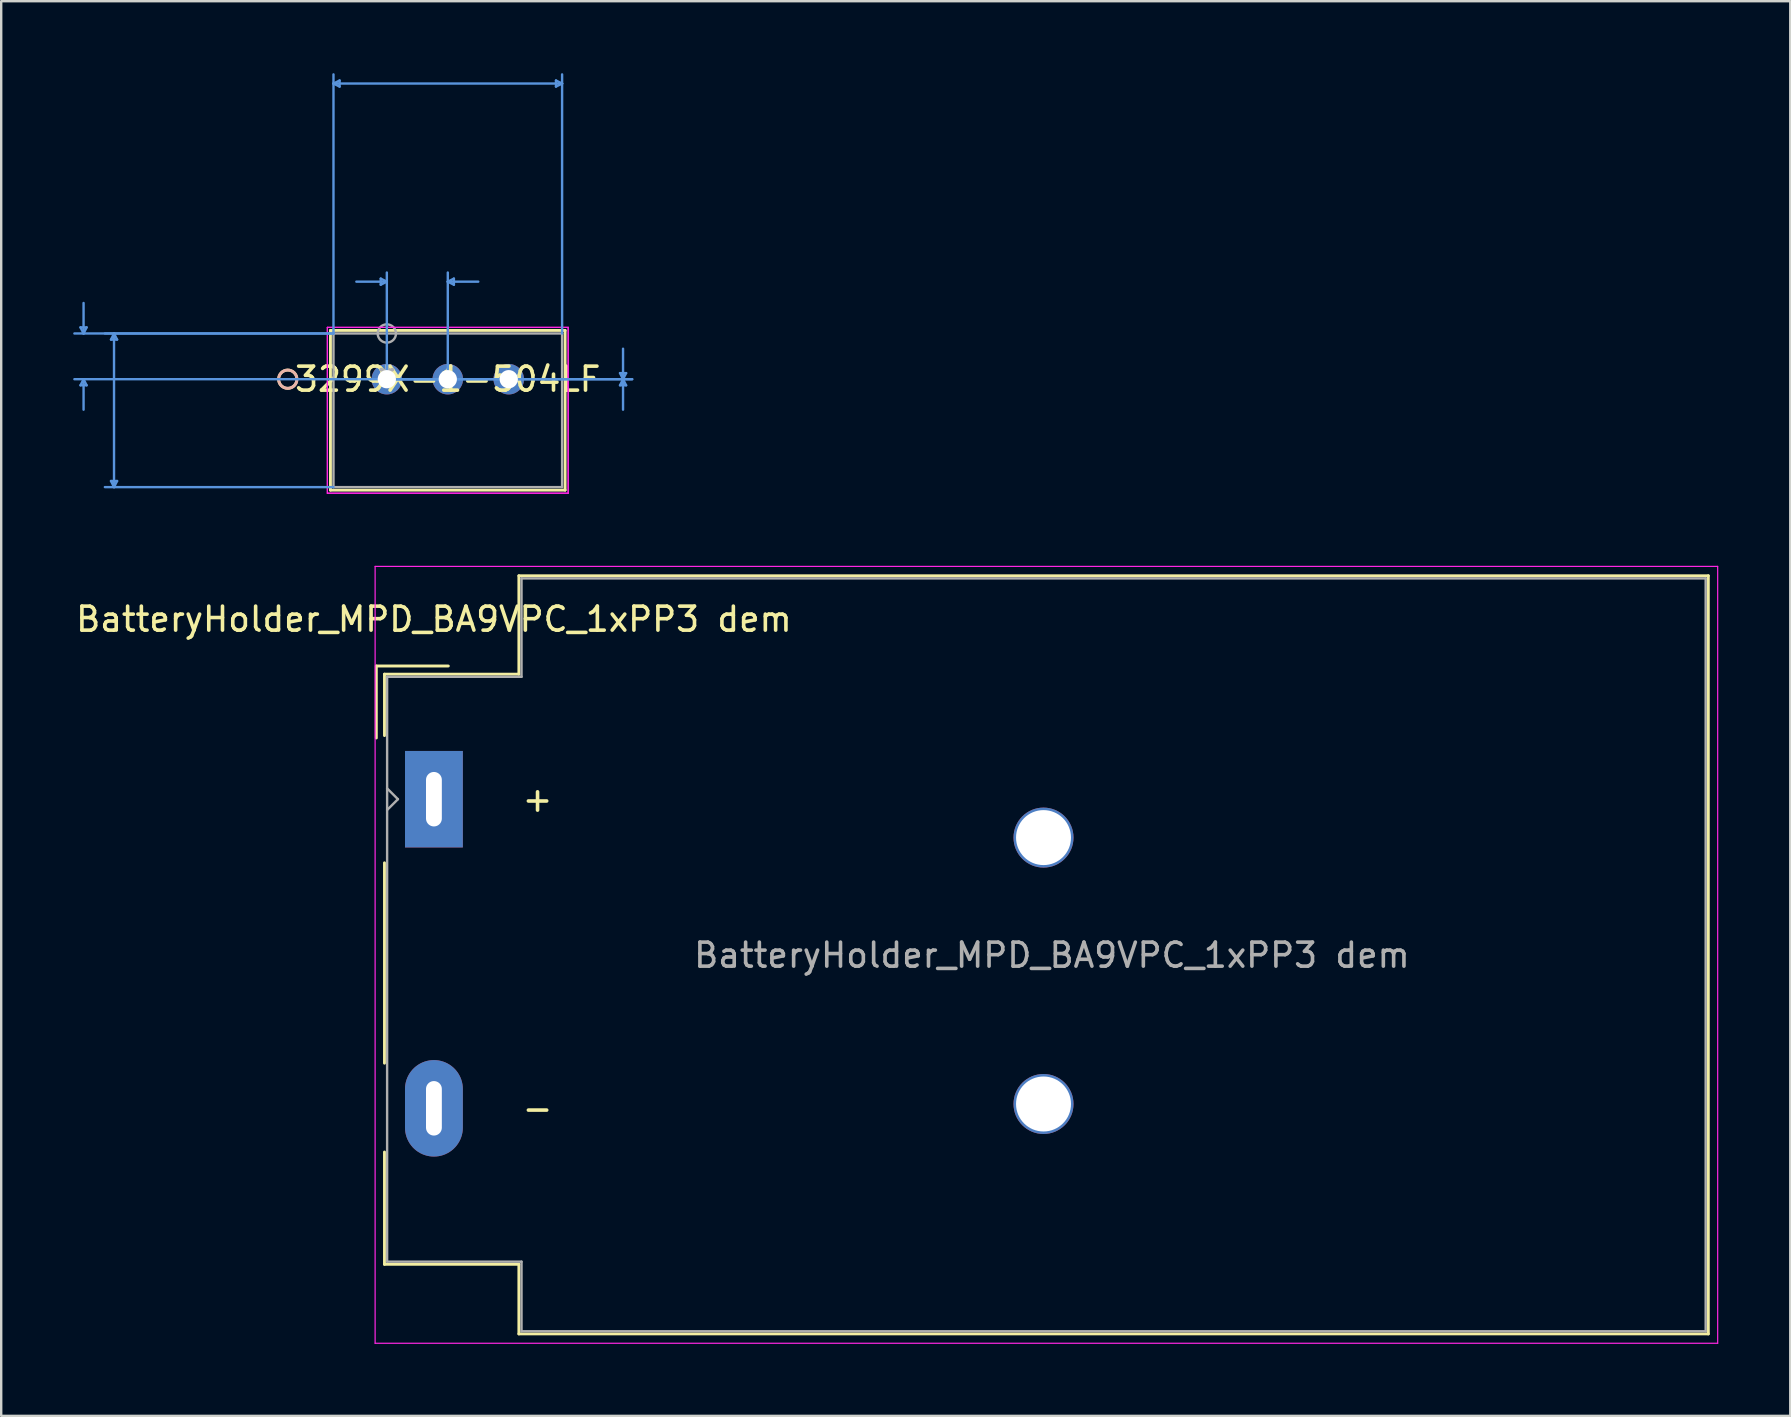
<source format=kicad_pcb>
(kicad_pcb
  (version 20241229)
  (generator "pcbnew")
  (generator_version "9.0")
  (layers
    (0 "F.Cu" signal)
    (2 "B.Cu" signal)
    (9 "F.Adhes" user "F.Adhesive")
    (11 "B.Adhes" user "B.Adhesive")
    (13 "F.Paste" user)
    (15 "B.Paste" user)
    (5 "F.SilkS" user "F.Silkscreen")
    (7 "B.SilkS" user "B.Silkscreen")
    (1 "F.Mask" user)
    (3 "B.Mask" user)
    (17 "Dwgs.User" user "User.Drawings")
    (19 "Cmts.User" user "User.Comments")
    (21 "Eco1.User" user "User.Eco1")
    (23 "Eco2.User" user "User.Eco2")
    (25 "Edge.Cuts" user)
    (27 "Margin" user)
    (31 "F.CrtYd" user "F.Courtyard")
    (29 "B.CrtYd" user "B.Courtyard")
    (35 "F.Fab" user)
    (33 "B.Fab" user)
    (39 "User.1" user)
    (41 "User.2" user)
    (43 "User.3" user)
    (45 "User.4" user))
  (footprint "3299X-1-504LF"
    (layer "F.Cu")
    (at 13.068 12.75)
    (property "Reference" "3299X-1-504LF" (at 2.54 0 0) (layer "F.SilkS") (effects (font (size 1 1) (thickness 0.15))))
    (attr through_hole)
    (fp_line (start -2.349 -2.032) (end -2.349 4.623) (stroke (width 0.12) (type solid)) (layer "F.SilkS"))
    (fp_line (start -2.349 4.623) (end 7.429 4.623) (stroke (width 0.12) (type solid)) (layer "F.SilkS"))
    (fp_line (start 7.429 -2.032) (end -2.349 -2.032) (stroke (width 0.12) (type solid)) (layer "F.SilkS"))
    (fp_line (start 7.429 4.623) (end 7.429 -2.032) (stroke (width 0.12) (type solid)) (layer "F.SilkS"))
    (fp_circle (center -4.128 0) (end -3.747 0) (stroke (width 0.12) (type solid)) (fill no) (layer "F.SilkS"))
    (fp_circle (center -4.128 0) (end -3.747 0) (stroke (width 0.12) (type solid)) (fill no) (layer "B.SilkS"))
    (fp_line (start -12.764 -2.159) (end -12.509 -2.159) (stroke (width 0.1) (type solid)) (layer "Cmts.User"))
    (fp_line (start -12.764 0.254) (end -12.509 0.254) (stroke (width 0.1) (type solid)) (layer "Cmts.User"))
    (fp_line (start -12.636 -1.905) (end -12.764 -2.159) (stroke (width 0.1) (type solid)) (layer "Cmts.User"))
    (fp_line (start -12.636 -1.905) (end -12.636 -3.175) (stroke (width 0.1) (type solid)) (layer "Cmts.User"))
    (fp_line (start -12.636 -1.905) (end -12.509 -2.159) (stroke (width 0.1) (type solid)) (layer "Cmts.User"))
    (fp_line (start -12.636 0) (end -12.764 0.254) (stroke (width 0.1) (type solid)) (layer "Cmts.User"))
    (fp_line (start -12.636 0) (end -12.636 1.27) (stroke (width 0.1) (type solid)) (layer "Cmts.User"))
    (fp_line (start -12.636 0) (end -12.509 0.254) (stroke (width 0.1) (type solid)) (layer "Cmts.User"))
    (fp_line (start -11.493 -1.651) (end -11.239 -1.651) (stroke (width 0.1) (type solid)) (layer "Cmts.User"))
    (fp_line (start -11.493 4.242) (end -11.239 4.242) (stroke (width 0.1) (type solid)) (layer "Cmts.User"))
    (fp_line (start -11.367 -1.905) (end -11.493 -1.651) (stroke (width 0.1) (type solid)) (layer "Cmts.User"))
    (fp_line (start -11.367 -1.905) (end -11.367 4.496) (stroke (width 0.1) (type solid)) (layer "Cmts.User"))
    (fp_line (start -11.367 -1.905) (end -11.239 -1.651) (stroke (width 0.1) (type solid)) (layer "Cmts.User"))
    (fp_line (start -11.367 4.496) (end -11.493 4.242) (stroke (width 0.1) (type solid)) (layer "Cmts.User"))
    (fp_line (start -11.367 4.496) (end -11.239 4.242) (stroke (width 0.1) (type solid)) (layer "Cmts.User"))
    (fp_line (start -2.223 -12.319) (end -1.968 -12.446) (stroke (width 0.1) (type solid)) (layer "Cmts.User"))
    (fp_line (start -2.223 -12.319) (end -1.968 -12.192) (stroke (width 0.1) (type solid)) (layer "Cmts.User"))
    (fp_line (start -2.223 -12.319) (end 7.303 -12.319) (stroke (width 0.1) (type solid)) (layer "Cmts.User"))
    (fp_line (start -2.223 -1.905) (end -13.018 -1.905) (stroke (width 0.1) (type solid)) (layer "Cmts.User"))
    (fp_line (start -2.223 -1.905) (end -11.748 -1.905) (stroke (width 0.1) (type solid)) (layer "Cmts.User"))
    (fp_line (start -2.223 -1.905) (end -2.223 -12.7) (stroke (width 0.1) (type solid)) (layer "Cmts.User"))
    (fp_line (start -2.223 4.496) (end -11.748 4.496) (stroke (width 0.1) (type solid)) (layer "Cmts.User"))
    (fp_line (start -1.968 -12.446) (end -1.968 -12.192) (stroke (width 0.1) (type solid)) (layer "Cmts.User"))
    (fp_line (start -0.254 -4.191) (end -0.254 -3.937) (stroke (width 0.1) (type solid)) (layer "Cmts.User"))
    (fp_line (start 0 -4.064) (end -1.27 -4.064) (stroke (width 0.1) (type solid)) (layer "Cmts.User"))
    (fp_line (start 0 -4.064) (end -0.254 -4.191) (stroke (width 0.1) (type solid)) (layer "Cmts.User"))
    (fp_line (start 0 -4.064) (end -0.254 -3.937) (stroke (width 0.1) (type solid)) (layer "Cmts.User"))
    (fp_line (start 0 0) (end 0 -4.445) (stroke (width 0.1) (type solid)) (layer "Cmts.User"))
    (fp_line (start 0 0) (end 10.223 0) (stroke (width 0.1) (type solid)) (layer "Cmts.User"))
    (fp_line (start 0 0) (end 10.223 0) (stroke (width 0.1) (type solid)) (layer "Cmts.User"))
    (fp_line (start 2.54 -4.064) (end 2.794 -4.191) (stroke (width 0.1) (type solid)) (layer "Cmts.User"))
    (fp_line (start 2.54 -4.064) (end 2.794 -3.937) (stroke (width 0.1) (type solid)) (layer "Cmts.User"))
    (fp_line (start 2.54 -4.064) (end 3.81 -4.064) (stroke (width 0.1) (type solid)) (layer "Cmts.User"))
    (fp_line (start 2.54 0) (end -13.018 0) (stroke (width 0.1) (type solid)) (layer "Cmts.User"))
    (fp_line (start 2.54 0) (end 2.54 -4.445) (stroke (width 0.1) (type solid)) (layer "Cmts.User"))
    (fp_line (start 2.794 -4.191) (end 2.794 -3.937) (stroke (width 0.1) (type solid)) (layer "Cmts.User"))
    (fp_line (start 7.048 -12.446) (end 7.048 -12.192) (stroke (width 0.1) (type solid)) (layer "Cmts.User"))
    (fp_line (start 7.303 -12.319) (end 7.048 -12.446) (stroke (width 0.1) (type solid)) (layer "Cmts.User"))
    (fp_line (start 7.303 -12.319) (end 7.048 -12.192) (stroke (width 0.1) (type solid)) (layer "Cmts.User"))
    (fp_line (start 7.303 -1.905) (end 7.303 -12.7) (stroke (width 0.1) (type solid)) (layer "Cmts.User"))
    (fp_line (start 9.716 -0.254) (end 9.97 -0.254) (stroke (width 0.1) (type solid)) (layer "Cmts.User"))
    (fp_line (start 9.716 0.254) (end 9.97 0.254) (stroke (width 0.1) (type solid)) (layer "Cmts.User"))
    (fp_line (start 9.842 0) (end 9.716 -0.254) (stroke (width 0.1) (type solid)) (layer "Cmts.User"))
    (fp_line (start 9.842 0) (end 9.716 0.254) (stroke (width 0.1) (type solid)) (layer "Cmts.User"))
    (fp_line (start 9.842 0) (end 9.842 -1.27) (stroke (width 0.1) (type solid)) (layer "Cmts.User"))
    (fp_line (start 9.842 0) (end 9.842 1.27) (stroke (width 0.1) (type solid)) (layer "Cmts.User"))
    (fp_line (start 9.842 0) (end 9.97 -0.254) (stroke (width 0.1) (type solid)) (layer "Cmts.User"))
    (fp_line (start 9.842 0) (end 9.97 0.254) (stroke (width 0.1) (type solid)) (layer "Cmts.User"))
    (fp_line (start -2.477 -2.159) (end -2.477 4.75) (stroke (width 0.05) (type solid)) (layer "F.CrtYd"))
    (fp_line (start -2.477 -2.159) (end -2.477 4.75) (stroke (width 0.05) (type solid)) (layer "F.CrtYd"))
    (fp_line (start -2.477 4.75) (end 7.556 4.75) (stroke (width 0.05) (type solid)) (layer "F.CrtYd"))
    (fp_line (start -2.477 4.75) (end 7.556 4.75) (stroke (width 0.05) (type solid)) (layer "F.CrtYd"))
    (fp_line (start 7.556 -2.159) (end -2.477 -2.159) (stroke (width 0.05) (type solid)) (layer "F.CrtYd"))
    (fp_line (start 7.556 -2.159) (end -2.477 -2.159) (stroke (width 0.05) (type solid)) (layer "F.CrtYd"))
    (fp_line (start 7.556 4.75) (end 7.556 -2.159) (stroke (width 0.05) (type solid)) (layer "F.CrtYd"))
    (fp_line (start 7.556 4.75) (end 7.556 -2.159) (stroke (width 0.05) (type solid)) (layer "F.CrtYd"))
    (fp_line (start -2.223 -1.905) (end -2.223 4.496) (stroke (width 0.1) (type solid)) (layer "F.Fab"))
    (fp_line (start -2.223 4.496) (end 7.303 4.496) (stroke (width 0.1) (type solid)) (layer "F.Fab"))
    (fp_line (start 7.303 -1.905) (end -2.223 -1.905) (stroke (width 0.1) (type solid)) (layer "F.Fab"))
    (fp_line (start 7.303 4.496) (end 7.303 -1.905) (stroke (width 0.1) (type solid)) (layer "F.Fab"))
    (fp_circle (center 0 -1.905) (end 0.381 -1.905) (stroke (width 0.1) (type solid)) (fill no) (layer "F.Fab"))
    (fp_text user "*" (at 0 0 0) (layer "F.SilkS") (effects (font (size 1 1) (thickness 0.15))))
    (fp_text user "Copyright 2021 Accelerated Designs. All rights reserved." (at 0 0 0) (layer "Cmts.User") (effects (font (size 0.127 0.127) (thickness 0.002))))
    (fp_text user "*" (at 0 0 0) (layer "F.Fab") (effects (font (size 1 1) (thickness 0.15))))
    (pad "1" thru_hole circle (at 0 0) (size 1.27 1.27) (drill 0.762) (layers "*.Cu" "*.Mask"))
    (pad "2" thru_hole circle (at 2.54 0) (size 1.27 1.27) (drill 0.762) (layers "*.Cu" "*.Mask"))
    (pad "3" thru_hole circle (at 5.08 0) (size 1.27 1.27) (drill 0.762) (layers "*.Cu" "*.Mask")))
  (footprint "BatteryHolder_MPD_BA9VPC_1xPP3 dem"
    (layer "F.Cu")
    (at 15.03 30.25)
    (property "Reference" "BatteryHolder_MPD_BA9VPC_1xPP3 dem" (at 0 -7.5 0) (layer "F.SilkS") (effects (font (size 1 1) (thickness 0.15))))
    (attr through_hole)
    (fp_line (start -2.4 -5.55) (end -2.4 -2.55) (stroke (width 0.12) (type solid)) (layer "F.SilkS"))
    (fp_line (start -2.4 -5.55) (end 0.6 -5.55) (stroke (width 0.12) (type solid)) (layer "F.SilkS"))
    (fp_line (start -2.06 -5.21) (end -2.06 -2.65) (stroke (width 0.12) (type solid)) (layer "F.SilkS"))
    (fp_line (start -2.06 2.65) (end -2.06 11) (stroke (width 0.12) (type solid)) (layer "F.SilkS"))
    (fp_line (start -2.06 19.38) (end -2.06 14.7) (stroke (width 0.12) (type solid)) (layer "F.SilkS"))
    (fp_line (start 3.54 -9.31) (end 3.54 -5.21) (stroke (width 0.12) (type solid)) (layer "F.SilkS"))
    (fp_line (start 3.54 -5.21) (end -2.06 -5.21) (stroke (width 0.12) (type solid)) (layer "F.SilkS"))
    (fp_line (start 3.54 19.38) (end -2.06 19.38) (stroke (width 0.12) (type solid)) (layer "F.SilkS"))
    (fp_line (start 3.54 22.28) (end 3.54 19.38) (stroke (width 0.12) (type solid)) (layer "F.SilkS"))
    (fp_line (start 53.1 -9.31) (end 3.54 -9.31) (stroke (width 0.12) (type solid)) (layer "F.SilkS"))
    (fp_line (start 53.1 22.28) (end 3.54 22.28) (stroke (width 0.12) (type solid)) (layer "F.SilkS"))
    (fp_line (start 53.1 22.28) (end 53.1 -9.31) (stroke (width 0.12) (type solid)) (layer "F.SilkS"))
    (fp_line (start -2.45 -9.7) (end -2.45 22.67) (stroke (width 0.05) (type solid)) (layer "F.CrtYd"))
    (fp_line (start -2.45 -9.7) (end 53.49 -9.7) (stroke (width 0.05) (type solid)) (layer "F.CrtYd"))
    (fp_line (start -2.45 22.67) (end 53.49 22.67) (stroke (width 0.05) (type solid)) (layer "F.CrtYd"))
    (fp_line (start 53.49 22.67) (end 53.49 -9.7) (stroke (width 0.05) (type solid)) (layer "F.CrtYd"))
    (fp_line (start -1.95 0.45) (end -1.5 0) (stroke (width 0.1) (type solid)) (layer "F.Fab"))
    (fp_line (start -1.95 19.27) (end -1.95 -5.1) (stroke (width 0.1) (type solid)) (layer "F.Fab"))
    (fp_line (start -1.5 0) (end -1.95 -0.45) (stroke (width 0.1) (type solid)) (layer "F.Fab"))
    (fp_line (start 3.65 -9.2) (end 52.99 -9.2) (stroke (width 0.1) (type solid)) (layer "F.Fab"))
    (fp_line (start 3.65 -5.1) (end -1.95 -5.1) (stroke (width 0.1) (type solid)) (layer "F.Fab"))
    (fp_line (start 3.65 -5.1) (end 3.65 -9.2) (stroke (width 0.1) (type solid)) (layer "F.Fab"))
    (fp_line (start 3.65 19.27) (end -1.95 19.27) (stroke (width 0.1) (type solid)) (layer "F.Fab"))
    (fp_line (start 3.65 22.17) (end 3.65 19.27) (stroke (width 0.1) (type solid)) (layer "F.Fab"))
    (fp_line (start 3.65 22.17) (end 52.99 22.17) (stroke (width 0.1) (type solid)) (layer "F.Fab"))
    (fp_line (start 52.99 22.17) (end 52.99 -9.2) (stroke (width 0.1) (type solid)) (layer "F.Fab"))
    (fp_text user "-" (at 3.6 12.88 0) (layer "F.SilkS") (effects (font (size 1 1) (thickness 0.15)) (justify left)))
    (fp_text user "+" (at 3.6 0 0) (layer "F.SilkS") (effects (font (size 1 1) (thickness 0.15)) (justify left)))
    (fp_text user "${REFERENCE}" (at 25.75 6.5 0) (layer "F.Fab") (effects (font (size 1 1) (thickness 0.15))))
    (pad "" np_thru_hole circle (at 25.4 1.6) (size 2.5 2.5) (drill 2.29) (layers "*.Cu" "*.Mask"))
    (pad "" np_thru_hole circle (at 25.4 12.7) (size 2.5 2.5) (drill 2.29) (layers "*.Cu" "*.Mask"))
    (pad "1" thru_hole rect (at 0 0) (size 2.41 4.02) (drill oval 0.66 2.27) (layers "*.Cu" "*.Mask"))
    (pad "2" thru_hole oval (at 0 12.88) (size 2.41 4.02) (drill oval 0.66 2.27) (layers "*.Cu" "*.Mask")))
  (gr_rect
    (start -3 -3)
    (end 71.545 55.945)
    (stroke (width 0.1) (type default))
    (fill no)
    (layer "Edge.Cuts")))
</source>
